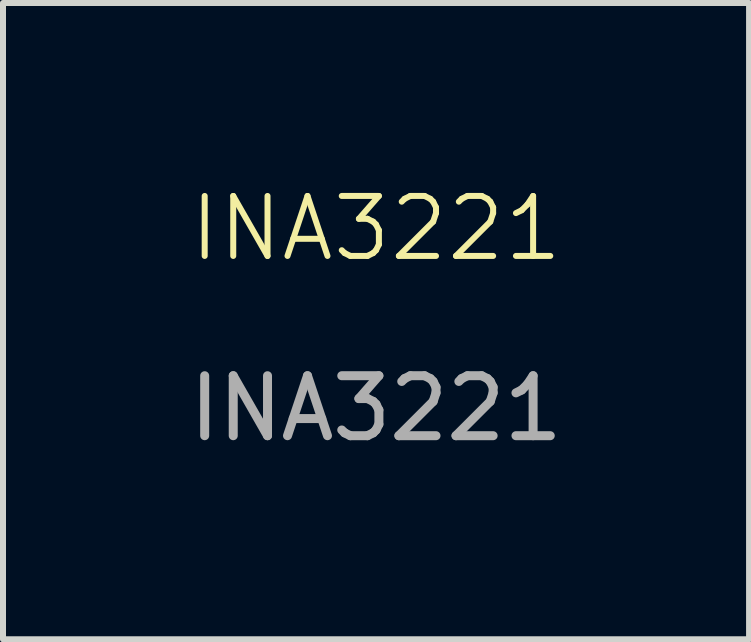
<source format=kicad_pcb>
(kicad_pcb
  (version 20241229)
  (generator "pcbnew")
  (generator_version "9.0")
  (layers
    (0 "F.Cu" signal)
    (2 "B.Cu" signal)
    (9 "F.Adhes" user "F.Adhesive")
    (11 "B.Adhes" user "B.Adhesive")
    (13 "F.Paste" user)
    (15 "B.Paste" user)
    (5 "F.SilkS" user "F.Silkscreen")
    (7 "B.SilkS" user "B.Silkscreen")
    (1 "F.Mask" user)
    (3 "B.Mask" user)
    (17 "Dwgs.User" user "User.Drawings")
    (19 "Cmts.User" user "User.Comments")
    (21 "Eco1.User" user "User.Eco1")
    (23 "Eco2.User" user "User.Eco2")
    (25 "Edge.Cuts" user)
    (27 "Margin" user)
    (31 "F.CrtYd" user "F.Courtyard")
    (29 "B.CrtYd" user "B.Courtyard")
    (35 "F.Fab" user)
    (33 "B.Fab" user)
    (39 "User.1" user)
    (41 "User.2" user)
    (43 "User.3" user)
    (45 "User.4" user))
  (footprint "INA3221"
    (layer "F.Cu")
    (at 3.22 1.26)
    (property "Reference" "INA3221" (at 0 -0.5 0) (unlocked yes) (layer "F.SilkS") (effects (font (size 1 1) (thickness 0.1))))
    (attr through_hole)
    (fp_text user "${REFERENCE}" (at 0 2.5 0) (unlocked yes) (layer "F.Fab") (effects (font (size 1 1) (thickness 0.15)))))
  (gr_rect
    (start -3 -3)
    (end 9.44 7.609)
    (stroke (width 0.1) (type default))
    (fill no)
    (layer "Edge.Cuts")))
</source>
